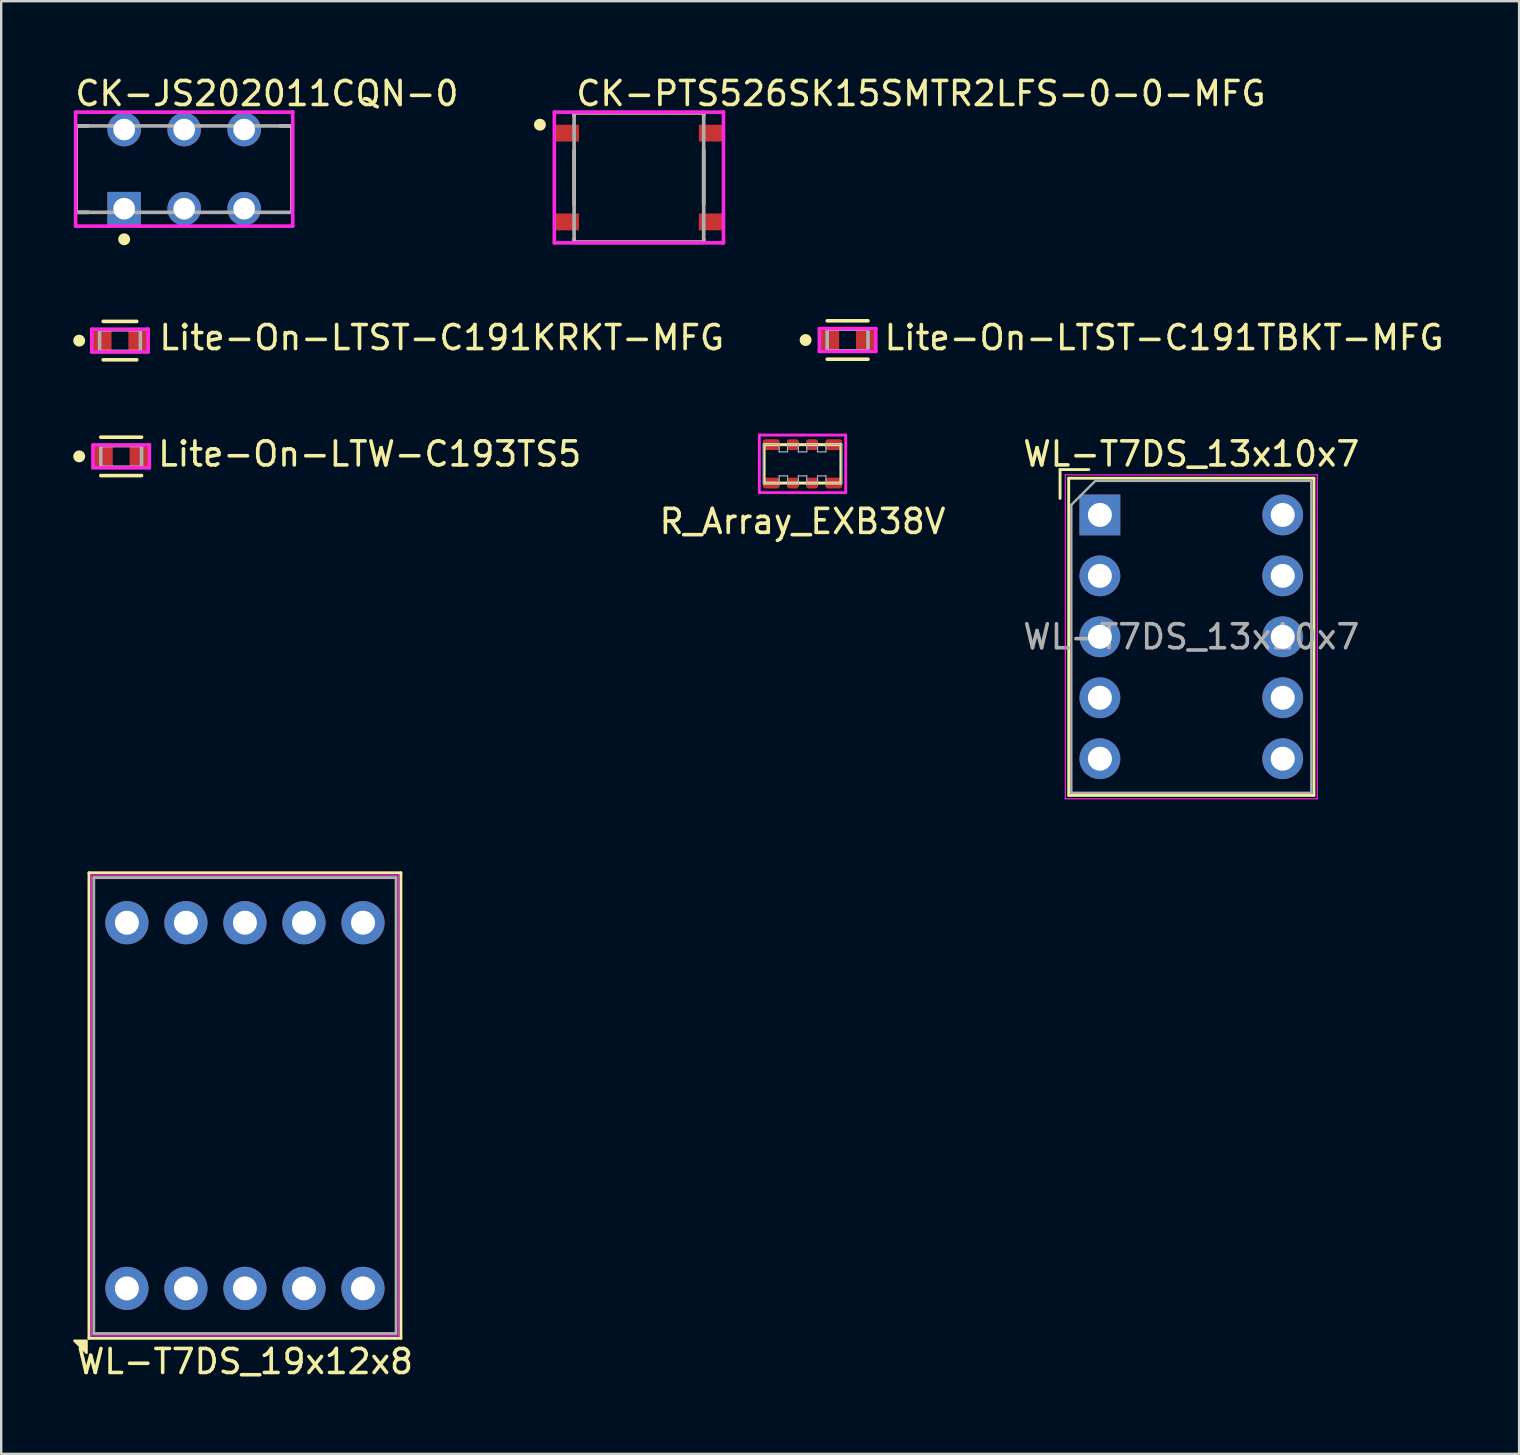
<source format=kicad_pcb>
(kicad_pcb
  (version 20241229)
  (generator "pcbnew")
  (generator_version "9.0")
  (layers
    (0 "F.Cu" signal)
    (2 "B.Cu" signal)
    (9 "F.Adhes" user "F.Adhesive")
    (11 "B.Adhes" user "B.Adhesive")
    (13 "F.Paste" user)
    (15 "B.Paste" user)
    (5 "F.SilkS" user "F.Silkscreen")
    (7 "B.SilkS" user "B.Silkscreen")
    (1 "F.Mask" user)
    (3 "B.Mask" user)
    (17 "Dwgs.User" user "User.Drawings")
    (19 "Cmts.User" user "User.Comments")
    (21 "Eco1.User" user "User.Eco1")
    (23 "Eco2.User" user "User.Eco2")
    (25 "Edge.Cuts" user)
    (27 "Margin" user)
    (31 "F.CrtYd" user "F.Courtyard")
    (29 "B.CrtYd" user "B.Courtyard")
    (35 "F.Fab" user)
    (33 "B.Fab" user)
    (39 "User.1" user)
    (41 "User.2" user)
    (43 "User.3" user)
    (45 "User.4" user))
  (footprint "Lite-On-LTST-C191KRKT-MFG"
    (layer "F.Cu")
    (at 1.95 11.146)
    (property "Reference" "Lite-On-LTST-C191KRKT-MFG" (at 1.55 -0.125 0) (layer "F.SilkS") (effects (font (size 1 1) (thickness 0.15)) (justify left)))
    (attr through_hole)
    (fp_line (start -0.7 -0.8) (end 0.7 -0.8) (stroke (width 0.15) (type solid)) (layer "F.SilkS"))
    (fp_line (start -0.7 0.8) (end 0.7 0.8) (stroke (width 0.15) (type solid)) (layer "F.SilkS"))
    (fp_circle (center -1.7 0) (end -1.575 0) (stroke (width 0.25) (type solid)) (fill no) (layer "F.SilkS"))
    (fp_line (start -1.175 -0.475) (end -1.175 0.475) (stroke (width 0.15) (type solid)) (layer "F.CrtYd"))
    (fp_line (start -1.175 0.475) (end 1.175 0.475) (stroke (width 0.15) (type solid)) (layer "F.CrtYd"))
    (fp_line (start 1.175 -0.475) (end -1.175 -0.475) (stroke (width 0.15) (type solid)) (layer "F.CrtYd"))
    (fp_line (start 1.175 -0.475) (end 1.175 -0.475) (stroke (width 0.15) (type solid)) (layer "F.CrtYd"))
    (fp_line (start 1.175 0.475) (end 1.175 -0.475) (stroke (width 0.15) (type solid)) (layer "F.CrtYd"))
    (fp_line (start -0.85 -0.45) (end 0.85 -0.45) (stroke (width 0.15) (type solid)) (layer "F.Fab"))
    (fp_line (start -0.85 0.45) (end -0.85 -0.45) (stroke (width 0.15) (type solid)) (layer "F.Fab"))
    (fp_line (start 0.85 -0.45) (end 0.85 0.45) (stroke (width 0.15) (type solid)) (layer "F.Fab"))
    (fp_line (start 0.85 0.45) (end -0.85 0.45) (stroke (width 0.15) (type solid)) (layer "F.Fab"))
    (pad "1" smd rect (at -0.75 0) (size 0.8 0.8) (layers "F.Cu" "F.Mask" "F.Paste"))
    (pad "2" smd rect (at 0.75 0) (size 0.8 0.8) (layers "F.Cu" "F.Mask" "F.Paste")))
  (footprint "WL-T7DS_19x12x8"
    (layer "F.Cu")
    (at 7.158 43.025)
    (property "Reference" "WL-T7DS_19x12x8" (at 0 10.668 0) (layer "F.SilkS") (effects (font (size 1 1) (thickness 0.15))))
    (attr through_hole)
    (fp_line (start -6.5 -9.7) (end 6.5 -9.7) (stroke (width 0.12) (type solid)) (layer "F.SilkS"))
    (fp_line (start -6.5 9.7) (end -6.5 -9.7) (stroke (width 0.12) (type solid)) (layer "F.SilkS"))
    (fp_line (start 6.5 -9.7) (end 6.5 9.7) (stroke (width 0.12) (type solid)) (layer "F.SilkS"))
    (fp_line (start 6.5 9.7) (end -6.5 9.7) (stroke (width 0.12) (type solid)) (layer "F.SilkS"))
    (fp_poly (pts (xy -6.6 10.308) (xy -7.108 9.8) (xy -6.6 9.8)) (stroke (width 0.1) (type solid)) (fill yes) (layer "F.SilkS"))
    (fp_line (start -6.4 -9.6) (end 6.4 -9.6) (stroke (width 0.05) (type solid)) (layer "F.CrtYd"))
    (fp_line (start -6.4 9.6) (end -6.4 -9.6) (stroke (width 0.05) (type solid)) (layer "F.CrtYd"))
    (fp_line (start 6.4 -9.6) (end 6.4 9.6) (stroke (width 0.05) (type solid)) (layer "F.CrtYd"))
    (fp_line (start 6.4 9.6) (end -6.4 9.6) (stroke (width 0.05) (type solid)) (layer "F.CrtYd"))
    (fp_line (start -6.3 -9.5) (end 6.3 -9.5) (stroke (width 0.12) (type solid)) (layer "F.Fab"))
    (fp_line (start -6.3 9.5) (end -6.3 -9.5) (stroke (width 0.12) (type solid)) (layer "F.Fab"))
    (fp_line (start 6.3 -9.5) (end 6.3 9.5) (stroke (width 0.12) (type solid)) (layer "F.Fab"))
    (fp_line (start 6.3 9.5) (end -6.3 9.5) (stroke (width 0.12) (type solid)) (layer "F.Fab"))
    (pad "1" thru_hole circle (at -4.92 7.62) (size 1.8 1.8) (drill 1) (layers "*.Cu" "*.Mask"))
    (pad "2" thru_hole circle (at -2.46 7.62) (size 1.8 1.8) (drill 1) (layers "*.Cu" "*.Mask"))
    (pad "3" thru_hole circle (at 0 7.62) (size 1.8 1.8) (drill 1) (layers "*.Cu" "*.Mask"))
    (pad "4" thru_hole circle (at 2.46 7.62) (size 1.8 1.8) (drill 1) (layers "*.Cu" "*.Mask"))
    (pad "5" thru_hole circle (at 4.92 7.62) (size 1.8 1.8) (drill 1) (layers "*.Cu" "*.Mask"))
    (pad "6" thru_hole circle (at 4.92 -7.62) (size 1.8 1.8) (drill 1) (layers "*.Cu" "*.Mask"))
    (pad "7" thru_hole circle (at 2.46 -7.62) (size 1.8 1.8) (drill 1) (layers "*.Cu" "*.Mask"))
    (pad "8" thru_hole circle (at 0 -7.62) (size 1.8 1.8) (drill 1) (layers "*.Cu" "*.Mask"))
    (pad "9" thru_hole circle (at -2.46 -7.62) (size 1.8 1.8) (drill 1) (layers "*.Cu" "*.Mask"))
    (pad "10" thru_hole circle (at -4.92 -7.62) (size 1.8 1.8) (drill 1) (layers "*.Cu" "*.Mask")))
  (footprint "CK-JS202011CQN-0"
    (layer "F.Cu")
    (at 4.625 3.998)
    (property "Reference" "CK-JS202011CQN-0" (at -4.625 -3.15 0) (layer "F.SilkS") (effects (font (size 1 1) (thickness 0.15)) (justify left)))
    (attr through_hole)
    (fp_line (start -4.5 -1.8) (end -4.5 1.8) (stroke (width 0.15) (type solid)) (layer "F.SilkS"))
    (fp_line (start -4.5 -1.8) (end -4 -1.8) (stroke (width 0.15) (type solid)) (layer "F.SilkS"))
    (fp_line (start -4.5 1.8) (end -4 1.8) (stroke (width 0.15) (type solid)) (layer "F.SilkS"))
    (fp_line (start 4.5 -1.8) (end 4 -1.8) (stroke (width 0.15) (type solid)) (layer "F.SilkS"))
    (fp_line (start 4.5 -1.8) (end 4.5 1.8) (stroke (width 0.15) (type solid)) (layer "F.SilkS"))
    (fp_circle (center -2.5 2.925) (end -2.375 2.925) (stroke (width 0.25) (type solid)) (fill no) (layer "F.SilkS"))
    (fp_line (start -4.525 -2.375) (end -4.525 2.375) (stroke (width 0.15) (type solid)) (layer "F.CrtYd"))
    (fp_line (start -4.525 2.375) (end 4.525 2.375) (stroke (width 0.15) (type solid)) (layer "F.CrtYd"))
    (fp_line (start 4.525 -2.375) (end -4.525 -2.375) (stroke (width 0.15) (type solid)) (layer "F.CrtYd"))
    (fp_line (start 4.525 -2.375) (end 4.525 -2.375) (stroke (width 0.15) (type solid)) (layer "F.CrtYd"))
    (fp_line (start 4.525 2.375) (end 4.525 -2.375) (stroke (width 0.15) (type solid)) (layer "F.CrtYd"))
    (fp_line (start -4.5 -1.8) (end 4.5 -1.8) (stroke (width 0.15) (type solid)) (layer "F.Fab"))
    (fp_line (start -4.5 1.8) (end -4.5 -1.8) (stroke (width 0.15) (type solid)) (layer "F.Fab"))
    (fp_line (start 4.5 -1.8) (end 4.5 1.8) (stroke (width 0.15) (type solid)) (layer "F.Fab"))
    (fp_line (start 4.5 1.8) (end -4.5 1.8) (stroke (width 0.15) (type solid)) (layer "F.Fab"))
    (pad "1" thru_hole rect (at -2.5 1.65) (size 1.4 1.4) (drill 0.9) (layers "*.Cu" "*.Mask"))
    (pad "2" thru_hole circle (at 0 1.65) (size 1.4 1.4) (drill 0.9) (layers "*.Cu" "*.Mask"))
    (pad "3" thru_hole circle (at 2.5 1.65) (size 1.4 1.4) (drill 0.9) (layers "*.Cu" "*.Mask"))
    (pad "4" thru_hole circle (at -2.5 -1.65) (size 1.4 1.4) (drill 0.9) (layers "*.Cu" "*.Mask"))
    (pad "5" thru_hole circle (at 0 -1.65) (size 1.4 1.4) (drill 0.9) (layers "*.Cu" "*.Mask"))
    (pad "6" thru_hole circle (at 2.5 -1.65) (size 1.4 1.4) (drill 0.9) (layers "*.Cu" "*.Mask")))
  (footprint "CK-PTS526SK15SMTR2LFS-0-0-MFG"
    (layer "F.Cu")
    (at 23.577 4.348)
    (property "Reference" "CK-PTS526SK15SMTR2LFS-0-0-MFG" (at -2.7 -3.5 0) (layer "F.SilkS") (effects (font (size 1 1) (thickness 0.15)) (justify left)))
    (attr through_hole)
    (fp_line (start -2.7 -2.7) (end 2.7 -2.7) (stroke (width 0.15) (type solid)) (layer "F.SilkS"))
    (fp_line (start -2.7 -2.575) (end -2.7 -2.7) (stroke (width 0.15) (type solid)) (layer "F.SilkS"))
    (fp_line (start -2.7 1.125) (end -2.7 -1.125) (stroke (width 0.15) (type solid)) (layer "F.SilkS"))
    (fp_line (start -2.7 2.7) (end -2.7 2.575) (stroke (width 0.15) (type solid)) (layer "F.SilkS"))
    (fp_line (start -2.7 2.7) (end 2.7 2.7) (stroke (width 0.15) (type solid)) (layer "F.SilkS"))
    (fp_line (start 2.7 -2.575) (end 2.7 -2.7) (stroke (width 0.15) (type solid)) (layer "F.SilkS"))
    (fp_line (start 2.7 1.125) (end 2.7 -1.125) (stroke (width 0.15) (type solid)) (layer "F.SilkS"))
    (fp_line (start 2.7 2.7) (end 2.7 2.575) (stroke (width 0.15) (type solid)) (layer "F.SilkS"))
    (fp_circle (center -4.125 -2.2) (end -4 -2.2) (stroke (width 0.25) (type solid)) (fill no) (layer "F.SilkS"))
    (fp_line (start -3.525 -2.725) (end -3.525 2.725) (stroke (width 0.15) (type solid)) (layer "F.CrtYd"))
    (fp_line (start -3.525 2.725) (end 3.525 2.725) (stroke (width 0.15) (type solid)) (layer "F.CrtYd"))
    (fp_line (start 3.525 -2.725) (end -3.525 -2.725) (stroke (width 0.15) (type solid)) (layer "F.CrtYd"))
    (fp_line (start 3.525 -2.725) (end 3.525 -2.725) (stroke (width 0.15) (type solid)) (layer "F.CrtYd"))
    (fp_line (start 3.525 2.725) (end 3.525 -2.725) (stroke (width 0.15) (type solid)) (layer "F.CrtYd"))
    (fp_line (start -2.7 -2.7) (end 2.7 -2.7) (stroke (width 0.15) (type solid)) (layer "F.Fab"))
    (fp_line (start -2.7 2.7) (end -2.7 -2.7) (stroke (width 0.15) (type solid)) (layer "F.Fab"))
    (fp_line (start 2.7 -2.7) (end 2.7 2.7) (stroke (width 0.15) (type solid)) (layer "F.Fab"))
    (fp_line (start 2.7 2.7) (end -2.7 2.7) (stroke (width 0.15) (type solid)) (layer "F.Fab"))
    (pad "1" smd rect (at -3 -1.85) (size 1 0.7) (layers "F.Cu" "F.Mask" "F.Paste"))
    (pad "2" smd rect (at 3 -1.85) (size 1 0.7) (layers "F.Cu" "F.Mask" "F.Paste"))
    (pad "3" smd rect (at -3 1.85) (size 1 0.7) (layers "F.Cu" "F.Mask" "F.Paste"))
    (pad "4" smd rect (at 3 1.85) (size 1 0.7) (layers "F.Cu" "F.Mask" "F.Paste")))
  (footprint "Lite-On-LTW-C193TS5"
    (layer "F.Cu")
    (at 2 15.97)
    (property "Reference" "Lite-On-LTW-C193TS5" (at 1.45 -0.1 0) (layer "F.SilkS") (effects (font (size 1 1) (thickness 0.15)) (justify left)))
    (attr through_hole)
    (fp_line (start -0.85 -0.8) (end 0.85 -0.8) (stroke (width 0.15) (type solid)) (layer "F.SilkS"))
    (fp_line (start -0.85 0.8) (end 0.85 0.8) (stroke (width 0.15) (type solid)) (layer "F.SilkS"))
    (fp_circle (center -1.75 0) (end -1.625 0) (stroke (width 0.25) (type solid)) (fill no) (layer "F.SilkS"))
    (fp_line (start -1.175 -0.475) (end -1.175 0.475) (stroke (width 0.15) (type solid)) (layer "F.CrtYd"))
    (fp_line (start -1.175 0.475) (end 1.175 0.475) (stroke (width 0.15) (type solid)) (layer "F.CrtYd"))
    (fp_line (start 1.175 -0.475) (end -1.175 -0.475) (stroke (width 0.15) (type solid)) (layer "F.CrtYd"))
    (fp_line (start 1.175 -0.475) (end 1.175 -0.475) (stroke (width 0.15) (type solid)) (layer "F.CrtYd"))
    (fp_line (start 1.175 0.475) (end 1.175 -0.475) (stroke (width 0.15) (type solid)) (layer "F.CrtYd"))
    (fp_line (start -0.85 -0.45) (end 0.85 -0.45) (stroke (width 0.15) (type solid)) (layer "F.Fab"))
    (fp_line (start -0.85 0.45) (end -0.85 -0.45) (stroke (width 0.15) (type solid)) (layer "F.Fab"))
    (fp_line (start 0.85 -0.45) (end 0.85 0.45) (stroke (width 0.15) (type solid)) (layer "F.Fab"))
    (fp_line (start 0.85 0.45) (end -0.85 0.45) (stroke (width 0.15) (type solid)) (layer "F.Fab"))
    (pad "1" smd rect (at -0.75 0) (size 0.8 0.8) (layers "F.Cu" "F.Mask" "F.Paste"))
    (pad "2" smd rect (at 0.75 0) (size 0.8 0.8) (layers "F.Cu" "F.Mask" "F.Paste")))
  (footprint "WL-T7DS_13x10x7"
    (layer "F.Cu")
    (at 42.789 18.41)
    (property "Reference" "WL-T7DS_13x10x7" (at 3.81 -2.54 0) (layer "F.SilkS") (effects (font (size 1 1) (thickness 0.15))))
    (attr through_hole)
    (fp_line (start -1.66 -1.89) (end -0.46 -1.89) (stroke (width 0.12) (type solid)) (layer "F.SilkS"))
    (fp_line (start -1.66 -0.69) (end -1.66 -1.89) (stroke (width 0.12) (type solid)) (layer "F.SilkS"))
    (fp_line (start -1.3 -1.53) (end -1.3 11.69) (stroke (width 0.12) (type solid)) (layer "F.SilkS"))
    (fp_line (start -1.3 11.69) (end 8.92 11.69) (stroke (width 0.12) (type solid)) (layer "F.SilkS"))
    (fp_line (start 8.92 -1.53) (end -1.3 -1.53) (stroke (width 0.12) (type solid)) (layer "F.SilkS"))
    (fp_line (start 8.92 11.69) (end 8.92 -1.53) (stroke (width 0.12) (type solid)) (layer "F.SilkS"))
    (fp_line (start -1.44 -1.67) (end 9.06 -1.67) (stroke (width 0.05) (type solid)) (layer "F.CrtYd"))
    (fp_line (start -1.44 11.83) (end -1.44 -1.67) (stroke (width 0.05) (type solid)) (layer "F.CrtYd"))
    (fp_line (start 9.06 -1.67) (end 9.06 11.83) (stroke (width 0.05) (type solid)) (layer "F.CrtYd"))
    (fp_line (start 9.06 11.83) (end -1.44 11.83) (stroke (width 0.05) (type solid)) (layer "F.CrtYd"))
    (fp_line (start -1.19 -0.42) (end -0.19 -1.42) (stroke (width 0.1) (type solid)) (layer "F.Fab"))
    (fp_line (start -1.19 11.58) (end -1.19 -0.42) (stroke (width 0.1) (type solid)) (layer "F.Fab"))
    (fp_line (start -0.19 -1.42) (end 8.81 -1.42) (stroke (width 0.1) (type solid)) (layer "F.Fab"))
    (fp_line (start 8.81 -1.42) (end 8.81 11.58) (stroke (width 0.1) (type solid)) (layer "F.Fab"))
    (fp_line (start 8.81 11.58) (end -1.19 11.58) (stroke (width 0.1) (type solid)) (layer "F.Fab"))
    (fp_text user "${REFERENCE}" (at 3.81 5.08 0) (layer "F.Fab") (effects (font (size 1 1) (thickness 0.15))))
    (pad "1" thru_hole rect (at 0 0) (size 1.7 1.7) (drill 1) (layers "*.Cu" "*.Mask"))
    (pad "2" thru_hole circle (at 0 2.54) (size 1.7 1.7) (drill 1) (layers "*.Cu" "*.Mask"))
    (pad "3" thru_hole circle (at 0 5.08) (size 1.7 1.7) (drill 1) (layers "*.Cu" "*.Mask"))
    (pad "4" thru_hole circle (at 0 7.62) (size 1.7 1.7) (drill 1) (layers "*.Cu" "*.Mask"))
    (pad "5" thru_hole circle (at 0 10.16) (size 1.7 1.7) (drill 1) (layers "*.Cu" "*.Mask"))
    (pad "6" thru_hole circle (at 7.62 10.16) (size 1.7 1.7) (drill 1) (layers "*.Cu" "*.Mask"))
    (pad "7" thru_hole circle (at 7.62 7.62) (size 1.7 1.7) (drill 1) (layers "*.Cu" "*.Mask"))
    (pad "8" thru_hole circle (at 7.62 5.08) (size 1.7 1.7) (drill 1) (layers "*.Cu" "*.Mask"))
    (pad "9" thru_hole circle (at 7.62 2.54) (size 1.7 1.7) (drill 1) (layers "*.Cu" "*.Mask"))
    (pad "10" thru_hole circle (at 7.62 0) (size 1.7 1.7) (drill 1) (layers "*.Cu" "*.Mask")))
  (footprint "Lite-On-LTST-C191TBKT-MFG"
    (layer "F.Cu")
    (at 32.274 11.121)
    (property "Reference" "Lite-On-LTST-C191TBKT-MFG" (at 1.45 -0.1 0) (layer "F.SilkS") (effects (font (size 1 1) (thickness 0.15)) (justify left)))
    (attr through_hole)
    (fp_line (start -0.85 -0.8) (end 0.85 -0.8) (stroke (width 0.15) (type solid)) (layer "F.SilkS"))
    (fp_line (start -0.85 0.8) (end 0.85 0.8) (stroke (width 0.15) (type solid)) (layer "F.SilkS"))
    (fp_circle (center -1.75 0) (end -1.625 0) (stroke (width 0.25) (type solid)) (fill no) (layer "F.SilkS"))
    (fp_line (start -1.175 -0.475) (end -1.175 0.475) (stroke (width 0.15) (type solid)) (layer "F.CrtYd"))
    (fp_line (start -1.175 0.475) (end 1.175 0.475) (stroke (width 0.15) (type solid)) (layer "F.CrtYd"))
    (fp_line (start 1.175 -0.475) (end -1.175 -0.475) (stroke (width 0.15) (type solid)) (layer "F.CrtYd"))
    (fp_line (start 1.175 -0.475) (end 1.175 -0.475) (stroke (width 0.15) (type solid)) (layer "F.CrtYd"))
    (fp_line (start 1.175 0.475) (end 1.175 -0.475) (stroke (width 0.15) (type solid)) (layer "F.CrtYd"))
    (fp_line (start -0.85 -0.45) (end 0.85 -0.45) (stroke (width 0.15) (type solid)) (layer "F.Fab"))
    (fp_line (start -0.85 0.45) (end -0.85 -0.45) (stroke (width 0.15) (type solid)) (layer "F.Fab"))
    (fp_line (start 0.85 -0.45) (end 0.85 0.45) (stroke (width 0.15) (type solid)) (layer "F.Fab"))
    (fp_line (start 0.85 0.45) (end -0.85 0.45) (stroke (width 0.15) (type solid)) (layer "F.Fab"))
    (pad "1" smd rect (at -0.75 0) (size 0.8 0.8) (layers "F.Cu" "F.Mask" "F.Paste"))
    (pad "2" smd rect (at 0.75 0) (size 0.8 0.8) (layers "F.Cu" "F.Mask" "F.Paste")))
  (footprint "R_Array_EXB38V"
    (layer "F.Cu")
    (at 30.396 16.282)
    (property "Reference" "R_Array_EXB38V" (at 0 2.4 0) (layer "F.SilkS") (effects (font (size 1 1) (thickness 0.15))))
    (attr through_hole)
    (fp_line (start -1.6 -0.8) (end 1.6 -0.8) (stroke (width 0.12) (type solid)) (layer "F.SilkS"))
    (fp_line (start -1.6 0.8) (end -1.6 -0.8) (stroke (width 0.12) (type solid)) (layer "F.SilkS"))
    (fp_line (start 1.6 -0.8) (end 1.6 0.8) (stroke (width 0.12) (type solid)) (layer "F.SilkS"))
    (fp_line (start 1.6 0.8) (end -1.6 0.8) (stroke (width 0.12) (type solid)) (layer "F.SilkS"))
    (fp_line (start -1.8 -1.2) (end 1.8 -1.2) (stroke (width 0.12) (type solid)) (layer "F.CrtYd"))
    (fp_line (start -1.8 1.2) (end -1.8 -1.2) (stroke (width 0.12) (type solid)) (layer "F.CrtYd"))
    (fp_line (start 1.8 -1.2) (end 1.8 1.2) (stroke (width 0.12) (type solid)) (layer "F.CrtYd"))
    (fp_line (start 1.8 1.2) (end -1.8 1.2) (stroke (width 0.12) (type solid)) (layer "F.CrtYd"))
    (fp_line (start -1.625 -0.8) (end -0.975 -0.8) (stroke (width 0.05) (type solid)) (layer "F.Fab"))
    (fp_line (start -1.625 0.8) (end -1.625 -0.8) (stroke (width 0.05) (type solid)) (layer "F.Fab"))
    (fp_line (start -0.975 -0.8) (end -0.975 -0.5) (stroke (width 0.05) (type solid)) (layer "F.Fab"))
    (fp_line (start -0.975 -0.5) (end -0.625 -0.5) (stroke (width 0.05) (type solid)) (layer "F.Fab"))
    (fp_line (start -0.975 0.5) (end -0.975 0.8) (stroke (width 0.05) (type solid)) (layer "F.Fab"))
    (fp_line (start -0.975 0.8) (end -1.625 0.8) (stroke (width 0.05) (type solid)) (layer "F.Fab"))
    (fp_line (start -0.625 -0.8) (end -0.175 -0.8) (stroke (width 0.05) (type solid)) (layer "F.Fab"))
    (fp_line (start -0.625 -0.5) (end -0.625 -0.8) (stroke (width 0.05) (type solid)) (layer "F.Fab"))
    (fp_line (start -0.625 0.5) (end -0.975 0.5) (stroke (width 0.05) (type solid)) (layer "F.Fab"))
    (fp_line (start -0.625 0.8) (end -0.625 0.5) (stroke (width 0.05) (type solid)) (layer "F.Fab"))
    (fp_line (start -0.175 -0.8) (end -0.175 -0.5) (stroke (width 0.05) (type solid)) (layer "F.Fab"))
    (fp_line (start -0.175 -0.5) (end 0 -0.5) (stroke (width 0.05) (type solid)) (layer "F.Fab"))
    (fp_line (start -0.175 0.5) (end -0.175 0.8) (stroke (width 0.05) (type solid)) (layer "F.Fab"))
    (fp_line (start -0.175 0.8) (end -0.625 0.8) (stroke (width 0.05) (type solid)) (layer "F.Fab"))
    (fp_line (start 0 -0.5) (end 0.175 -0.5) (stroke (width 0.05) (type solid)) (layer "F.Fab"))
    (fp_line (start 0.175 -0.8) (end 0.625 -0.8) (stroke (width 0.05) (type solid)) (layer "F.Fab"))
    (fp_line (start 0.175 -0.5) (end 0.175 -0.8) (stroke (width 0.05) (type solid)) (layer "F.Fab"))
    (fp_line (start 0.175 0.5) (end -0.175 0.5) (stroke (width 0.05) (type solid)) (layer "F.Fab"))
    (fp_line (start 0.175 0.8) (end 0.175 0.5) (stroke (width 0.05) (type solid)) (layer "F.Fab"))
    (fp_line (start 0.625 -0.8) (end 0.625 -0.5) (stroke (width 0.05) (type solid)) (layer "F.Fab"))
    (fp_line (start 0.625 -0.5) (end 0.975 -0.5) (stroke (width 0.05) (type solid)) (layer "F.Fab"))
    (fp_line (start 0.625 0.5) (end 0.625 0.8) (stroke (width 0.05) (type solid)) (layer "F.Fab"))
    (fp_line (start 0.625 0.8) (end 0.175 0.8) (stroke (width 0.05) (type solid)) (layer "F.Fab"))
    (fp_line (start 0.975 -0.8) (end 1.625 -0.8) (stroke (width 0.05) (type solid)) (layer "F.Fab"))
    (fp_line (start 0.975 -0.5) (end 0.975 -0.8) (stroke (width 0.05) (type solid)) (layer "F.Fab"))
    (fp_line (start 0.975 0.5) (end 0.625 0.5) (stroke (width 0.05) (type solid)) (layer "F.Fab"))
    (fp_line (start 0.975 0.8) (end 0.975 0.5) (stroke (width 0.05) (type solid)) (layer "F.Fab"))
    (fp_line (start 1.625 -0.8) (end 1.625 0.8) (stroke (width 0.05) (type solid)) (layer "F.Fab"))
    (fp_line (start 1.625 0.8) (end 0.975 0.8) (stroke (width 0.05) (type solid)) (layer "F.Fab"))
    (pad "1" smd roundrect (at -1.2 0.8) (size 0.7 0.45) (drill (offset -0.1 0)) (layers "F.Cu" "F.Mask" "F.Paste") (roundrect_rratio 0.25))
    (pad "2" smd roundrect (at -1.2 -0.8) (size 0.7 0.45) (drill (offset -0.1 0)) (layers "F.Cu" "F.Mask" "F.Paste") (roundrect_rratio 0.25))
    (pad "3" smd roundrect (at -0.4 0.8) (size 0.5 0.45) (layers "F.Cu" "F.Mask" "F.Paste") (roundrect_rratio 0.25))
    (pad "4" smd roundrect (at -0.4 -0.8) (size 0.5 0.45) (layers "F.Cu" "F.Mask" "F.Paste") (roundrect_rratio 0.25))
    (pad "5" smd roundrect (at 0.4 0.8) (size 0.5 0.45) (layers "F.Cu" "F.Mask" "F.Paste") (roundrect_rratio 0.25))
    (pad "6" smd roundrect (at 0.4 -0.8) (size 0.5 0.45) (layers "F.Cu" "F.Mask" "F.Paste") (roundrect_rratio 0.25))
    (pad "7" smd roundrect (at 1.2 0.8) (size 0.7 0.45) (drill (offset 0.1 0)) (layers "F.Cu" "F.Mask" "F.Paste") (roundrect_rratio 0.25))
    (pad "8" smd roundrect (at 1.2 -0.8) (size 0.7 0.45) (drill (offset 0.1 0)) (layers "F.Cu" "F.Mask" "F.Paste") (roundrect_rratio 0.25)))
  (gr_rect
    (start -3 -3)
    (end 60.26 57.541)
    (stroke (width 0.1) (type default))
    (fill no)
    (layer "Edge.Cuts")))
</source>
